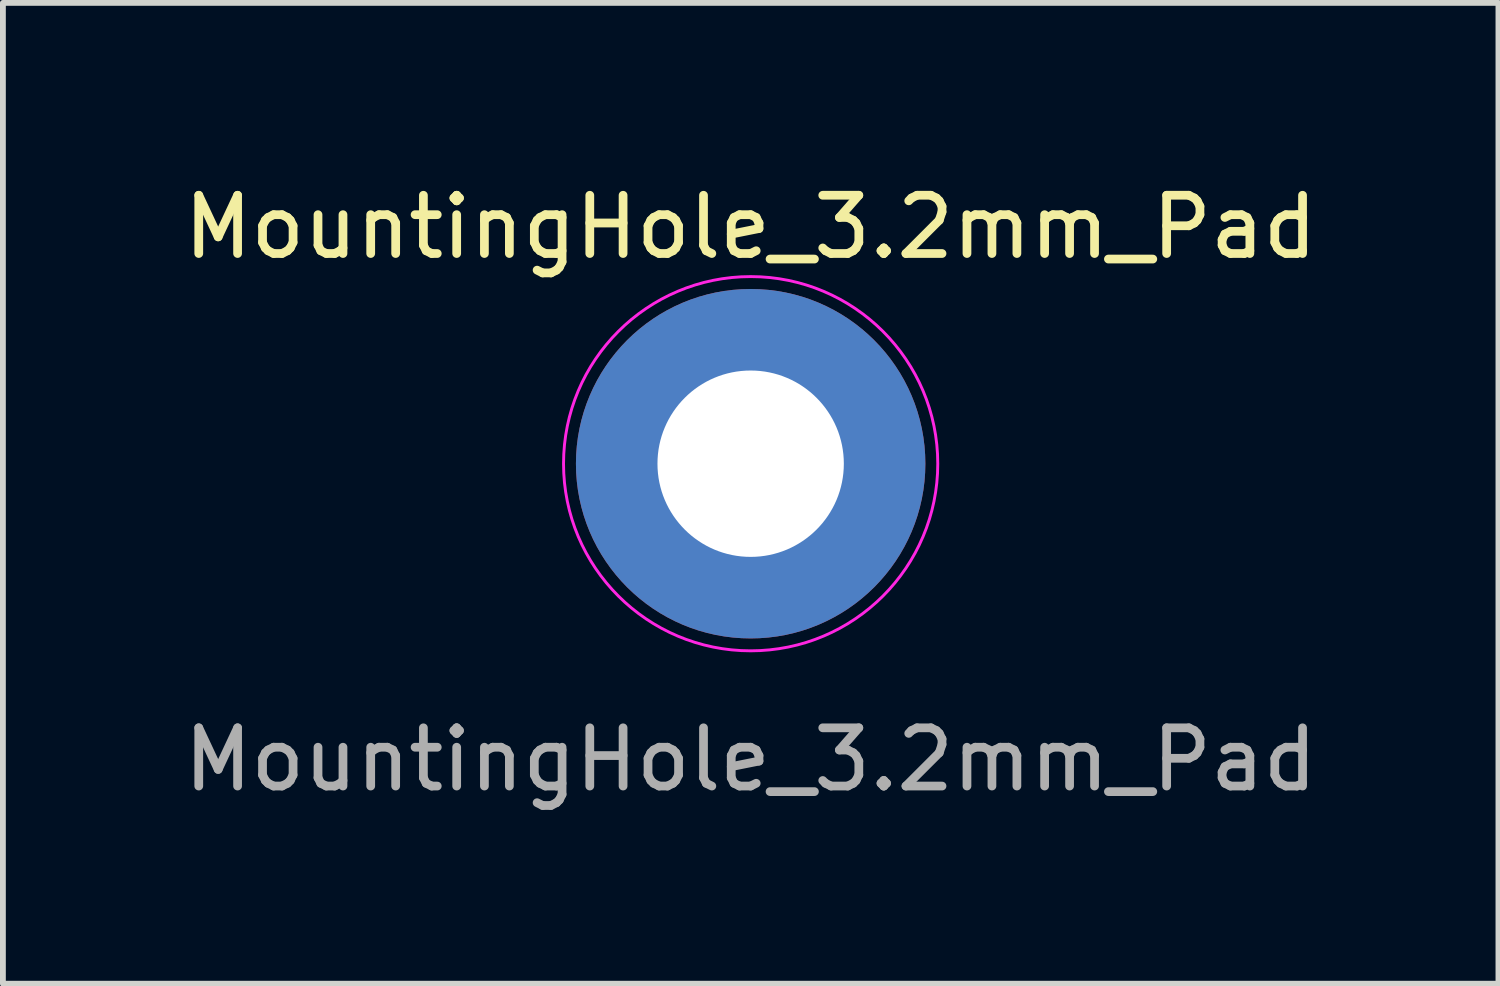
<source format=kicad_pcb>
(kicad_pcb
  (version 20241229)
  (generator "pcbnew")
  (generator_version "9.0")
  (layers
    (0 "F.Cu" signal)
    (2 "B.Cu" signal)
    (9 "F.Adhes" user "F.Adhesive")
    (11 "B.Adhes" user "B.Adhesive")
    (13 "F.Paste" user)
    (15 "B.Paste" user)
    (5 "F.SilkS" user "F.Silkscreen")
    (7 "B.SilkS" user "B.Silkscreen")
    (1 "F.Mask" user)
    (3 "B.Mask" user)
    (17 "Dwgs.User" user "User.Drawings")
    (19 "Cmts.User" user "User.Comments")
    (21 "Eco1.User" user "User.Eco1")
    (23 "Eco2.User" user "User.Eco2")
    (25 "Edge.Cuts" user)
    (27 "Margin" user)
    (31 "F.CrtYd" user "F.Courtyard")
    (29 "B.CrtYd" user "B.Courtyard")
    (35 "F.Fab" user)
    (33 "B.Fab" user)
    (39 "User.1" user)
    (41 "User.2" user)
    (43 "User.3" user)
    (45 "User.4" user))
  (footprint "MountingHole_3.2mm_Pad"
    (layer "F.Cu")
    (at 9.839 4.912)
    (property "Reference" "MountingHole_3.2mm_Pad" (at 0 -4.064 0) (unlocked yes) (layer "F.SilkS") (effects (font (size 1 1) (thickness 0.15))))
    (attr through_hole)
    (fp_circle (center 0 0) (end 3.048 -1.016) (stroke (width 0.05) (type solid)) (fill no) (layer "F.CrtYd"))
    (fp_text user "${REFERENCE}" (at 0 5.08 0) (unlocked yes) (layer "F.Fab") (effects (font (size 1 1) (thickness 0.15))))
    (pad "1" thru_hole circle (at 0 0) (size 6 6) (drill 3.2) (layers "*.Cu" "*.Mask")))
  (gr_rect
    (start -3 -3)
    (end 22.679 13.841)
    (stroke (width 0.1) (type default))
    (fill no)
    (layer "Edge.Cuts")))
</source>
